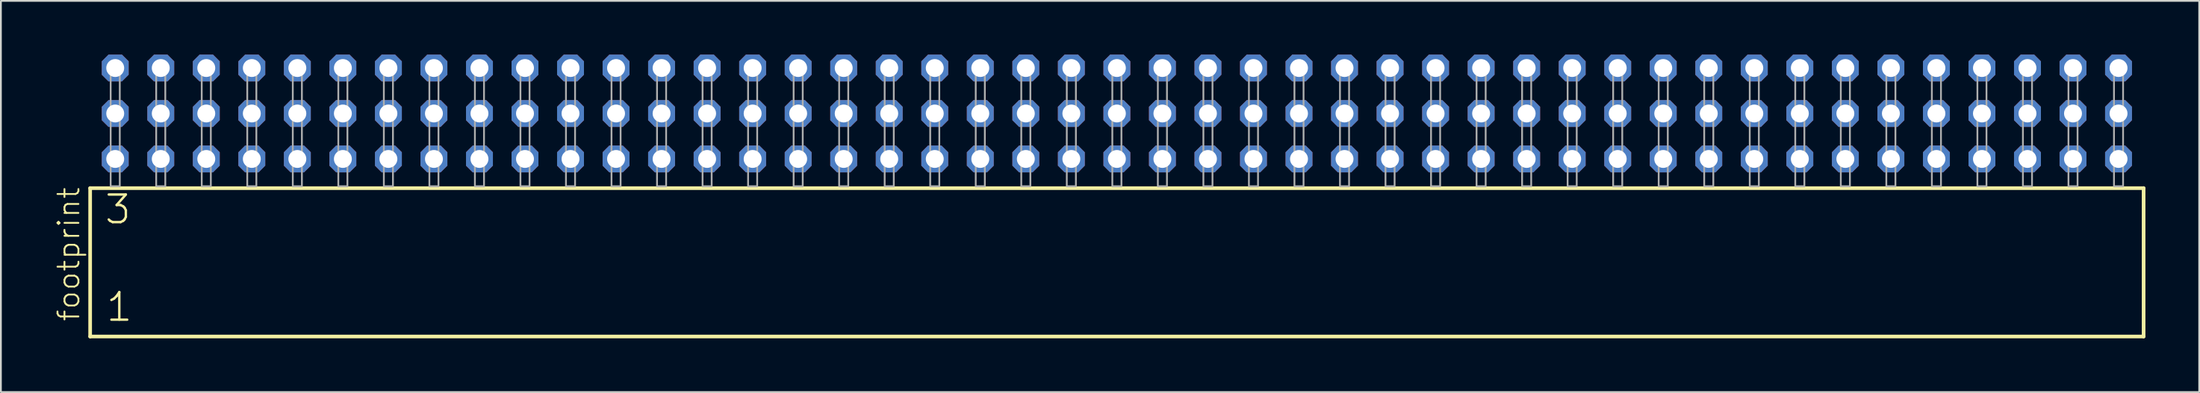
<source format=kicad_pcb>
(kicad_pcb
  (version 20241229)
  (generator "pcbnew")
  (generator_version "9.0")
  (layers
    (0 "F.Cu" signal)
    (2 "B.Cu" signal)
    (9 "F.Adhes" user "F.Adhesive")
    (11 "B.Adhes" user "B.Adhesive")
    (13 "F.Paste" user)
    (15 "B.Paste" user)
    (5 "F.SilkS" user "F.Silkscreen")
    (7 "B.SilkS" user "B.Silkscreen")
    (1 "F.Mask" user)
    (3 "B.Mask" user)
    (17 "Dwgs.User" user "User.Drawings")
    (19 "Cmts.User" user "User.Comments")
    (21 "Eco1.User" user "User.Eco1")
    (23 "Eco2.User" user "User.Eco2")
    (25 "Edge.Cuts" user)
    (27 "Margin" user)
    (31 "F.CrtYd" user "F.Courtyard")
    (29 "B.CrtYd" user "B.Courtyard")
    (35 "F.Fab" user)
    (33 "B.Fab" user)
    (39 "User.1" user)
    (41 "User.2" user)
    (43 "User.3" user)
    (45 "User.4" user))
  (footprint "footprint"
    (layer "F.Cu")
    (at 59.258 7.354)
    (property "Reference" "footprint" (at -57.785 7.62 90) (layer "F.SilkS") (effects (font (size 1.168 1.168) (thickness 0.102)) (justify left bottom)))
    (fp_line (start -57.279 0.106) (end -57.279 8.396) (stroke (width 0.203) (type solid)) (layer "F.SilkS"))
    (fp_line (start -57.279 8.396) (end 57.279 8.396) (stroke (width 0.203) (type solid)) (layer "F.SilkS"))
    (fp_line (start 57.279 0.106) (end -57.279 0.106) (stroke (width 0.203) (type solid)) (layer "F.SilkS"))
    (fp_line (start 57.279 8.396) (end 57.279 0.106) (stroke (width 0.203) (type solid)) (layer "F.SilkS"))
    (fp_poly (pts (xy -56.134 0) (xy -55.626 0) (xy -55.626 -6.858) (xy -56.134 -6.858)) (stroke (width 0.1) (type solid)) (fill no) (layer "F.Fab"))
    (fp_poly (pts (xy -53.594 0) (xy -53.086 0) (xy -53.086 -6.858) (xy -53.594 -6.858)) (stroke (width 0.1) (type solid)) (fill no) (layer "F.Fab"))
    (fp_poly (pts (xy -51.054 0) (xy -50.546 0) (xy -50.546 -6.858) (xy -51.054 -6.858)) (stroke (width 0.1) (type solid)) (fill no) (layer "F.Fab"))
    (fp_poly (pts (xy -48.514 0) (xy -48.006 0) (xy -48.006 -6.858) (xy -48.514 -6.858)) (stroke (width 0.1) (type solid)) (fill no) (layer "F.Fab"))
    (fp_poly (pts (xy -45.974 0) (xy -45.466 0) (xy -45.466 -6.858) (xy -45.974 -6.858)) (stroke (width 0.1) (type solid)) (fill no) (layer "F.Fab"))
    (fp_poly (pts (xy -43.434 0) (xy -42.926 0) (xy -42.926 -6.858) (xy -43.434 -6.858)) (stroke (width 0.1) (type solid)) (fill no) (layer "F.Fab"))
    (fp_poly (pts (xy -40.894 0) (xy -40.386 0) (xy -40.386 -6.858) (xy -40.894 -6.858)) (stroke (width 0.1) (type solid)) (fill no) (layer "F.Fab"))
    (fp_poly (pts (xy -38.354 0) (xy -37.846 0) (xy -37.846 -6.858) (xy -38.354 -6.858)) (stroke (width 0.1) (type solid)) (fill no) (layer "F.Fab"))
    (fp_poly (pts (xy -35.814 0) (xy -35.306 0) (xy -35.306 -6.858) (xy -35.814 -6.858)) (stroke (width 0.1) (type solid)) (fill no) (layer "F.Fab"))
    (fp_poly (pts (xy -33.274 0) (xy -32.766 0) (xy -32.766 -6.858) (xy -33.274 -6.858)) (stroke (width 0.1) (type solid)) (fill no) (layer "F.Fab"))
    (fp_poly (pts (xy -30.734 0) (xy -30.226 0) (xy -30.226 -6.858) (xy -30.734 -6.858)) (stroke (width 0.1) (type solid)) (fill no) (layer "F.Fab"))
    (fp_poly (pts (xy -28.194 0) (xy -27.686 0) (xy -27.686 -6.858) (xy -28.194 -6.858)) (stroke (width 0.1) (type solid)) (fill no) (layer "F.Fab"))
    (fp_poly (pts (xy -25.654 0) (xy -25.146 0) (xy -25.146 -6.858) (xy -25.654 -6.858)) (stroke (width 0.1) (type solid)) (fill no) (layer "F.Fab"))
    (fp_poly (pts (xy -23.114 0) (xy -22.606 0) (xy -22.606 -6.858) (xy -23.114 -6.858)) (stroke (width 0.1) (type solid)) (fill no) (layer "F.Fab"))
    (fp_poly (pts (xy -20.574 0) (xy -20.066 0) (xy -20.066 -6.858) (xy -20.574 -6.858)) (stroke (width 0.1) (type solid)) (fill no) (layer "F.Fab"))
    (fp_poly (pts (xy -18.034 0) (xy -17.526 0) (xy -17.526 -6.858) (xy -18.034 -6.858)) (stroke (width 0.1) (type solid)) (fill no) (layer "F.Fab"))
    (fp_poly (pts (xy -15.494 0) (xy -14.986 0) (xy -14.986 -6.858) (xy -15.494 -6.858)) (stroke (width 0.1) (type solid)) (fill no) (layer "F.Fab"))
    (fp_poly (pts (xy -12.954 0) (xy -12.446 0) (xy -12.446 -6.858) (xy -12.954 -6.858)) (stroke (width 0.1) (type solid)) (fill no) (layer "F.Fab"))
    (fp_poly (pts (xy -10.414 0) (xy -9.906 0) (xy -9.906 -6.858) (xy -10.414 -6.858)) (stroke (width 0.1) (type solid)) (fill no) (layer "F.Fab"))
    (fp_poly (pts (xy -7.874 0) (xy -7.366 0) (xy -7.366 -6.858) (xy -7.874 -6.858)) (stroke (width 0.1) (type solid)) (fill no) (layer "F.Fab"))
    (fp_poly (pts (xy -5.334 0) (xy -4.826 0) (xy -4.826 -6.858) (xy -5.334 -6.858)) (stroke (width 0.1) (type solid)) (fill no) (layer "F.Fab"))
    (fp_poly (pts (xy -2.794 0) (xy -2.286 0) (xy -2.286 -6.858) (xy -2.794 -6.858)) (stroke (width 0.1) (type solid)) (fill no) (layer "F.Fab"))
    (fp_poly (pts (xy -0.254 0) (xy 0.254 0) (xy 0.254 -6.858) (xy -0.254 -6.858)) (stroke (width 0.1) (type solid)) (fill no) (layer "F.Fab"))
    (fp_poly (pts (xy 2.286 0) (xy 2.794 0) (xy 2.794 -6.858) (xy 2.286 -6.858)) (stroke (width 0.1) (type solid)) (fill no) (layer "F.Fab"))
    (fp_poly (pts (xy 4.826 0) (xy 5.334 0) (xy 5.334 -6.858) (xy 4.826 -6.858)) (stroke (width 0.1) (type solid)) (fill no) (layer "F.Fab"))
    (fp_poly (pts (xy 7.366 0) (xy 7.874 0) (xy 7.874 -6.858) (xy 7.366 -6.858)) (stroke (width 0.1) (type solid)) (fill no) (layer "F.Fab"))
    (fp_poly (pts (xy 9.906 0) (xy 10.414 0) (xy 10.414 -6.858) (xy 9.906 -6.858)) (stroke (width 0.1) (type solid)) (fill no) (layer "F.Fab"))
    (fp_poly (pts (xy 12.446 0) (xy 12.954 0) (xy 12.954 -6.858) (xy 12.446 -6.858)) (stroke (width 0.1) (type solid)) (fill no) (layer "F.Fab"))
    (fp_poly (pts (xy 14.986 0) (xy 15.494 0) (xy 15.494 -6.858) (xy 14.986 -6.858)) (stroke (width 0.1) (type solid)) (fill no) (layer "F.Fab"))
    (fp_poly (pts (xy 17.526 0) (xy 18.034 0) (xy 18.034 -6.858) (xy 17.526 -6.858)) (stroke (width 0.1) (type solid)) (fill no) (layer "F.Fab"))
    (fp_poly (pts (xy 20.066 0) (xy 20.574 0) (xy 20.574 -6.858) (xy 20.066 -6.858)) (stroke (width 0.1) (type solid)) (fill no) (layer "F.Fab"))
    (fp_poly (pts (xy 22.606 0) (xy 23.114 0) (xy 23.114 -6.858) (xy 22.606 -6.858)) (stroke (width 0.1) (type solid)) (fill no) (layer "F.Fab"))
    (fp_poly (pts (xy 25.146 0) (xy 25.654 0) (xy 25.654 -6.858) (xy 25.146 -6.858)) (stroke (width 0.1) (type solid)) (fill no) (layer "F.Fab"))
    (fp_poly (pts (xy 27.686 0) (xy 28.194 0) (xy 28.194 -6.858) (xy 27.686 -6.858)) (stroke (width 0.1) (type solid)) (fill no) (layer "F.Fab"))
    (fp_poly (pts (xy 30.226 0) (xy 30.734 0) (xy 30.734 -6.858) (xy 30.226 -6.858)) (stroke (width 0.1) (type solid)) (fill no) (layer "F.Fab"))
    (fp_poly (pts (xy 32.766 0) (xy 33.274 0) (xy 33.274 -6.858) (xy 32.766 -6.858)) (stroke (width 0.1) (type solid)) (fill no) (layer "F.Fab"))
    (fp_poly (pts (xy 35.306 0) (xy 35.814 0) (xy 35.814 -6.858) (xy 35.306 -6.858)) (stroke (width 0.1) (type solid)) (fill no) (layer "F.Fab"))
    (fp_poly (pts (xy 37.846 0) (xy 38.354 0) (xy 38.354 -6.858) (xy 37.846 -6.858)) (stroke (width 0.1) (type solid)) (fill no) (layer "F.Fab"))
    (fp_poly (pts (xy 40.386 0) (xy 40.894 0) (xy 40.894 -6.858) (xy 40.386 -6.858)) (stroke (width 0.1) (type solid)) (fill no) (layer "F.Fab"))
    (fp_poly (pts (xy 42.926 0) (xy 43.434 0) (xy 43.434 -6.858) (xy 42.926 -6.858)) (stroke (width 0.1) (type solid)) (fill no) (layer "F.Fab"))
    (fp_poly (pts (xy 45.466 0) (xy 45.974 0) (xy 45.974 -6.858) (xy 45.466 -6.858)) (stroke (width 0.1) (type solid)) (fill no) (layer "F.Fab"))
    (fp_poly (pts (xy 48.006 0) (xy 48.514 0) (xy 48.514 -6.858) (xy 48.006 -6.858)) (stroke (width 0.1) (type solid)) (fill no) (layer "F.Fab"))
    (fp_poly (pts (xy 50.546 0) (xy 51.054 0) (xy 51.054 -6.858) (xy 50.546 -6.858)) (stroke (width 0.1) (type solid)) (fill no) (layer "F.Fab"))
    (fp_poly (pts (xy 53.086 0) (xy 53.594 0) (xy 53.594 -6.858) (xy 53.086 -6.858)) (stroke (width 0.1) (type solid)) (fill no) (layer "F.Fab"))
    (fp_poly (pts (xy 55.626 0) (xy 56.134 0) (xy 56.134 -6.858) (xy 55.626 -6.858)) (stroke (width 0.1) (type solid)) (fill no) (layer "F.Fab"))
    (fp_text user "1" (at -56.475 7.65 0) (layer "F.SilkS") (effects (font (size 1.542 1.542) (thickness 0.134)) (justify left bottom)))
    (fp_text user "3" (at -56.55 2.2 0) (layer "F.SilkS") (effects (font (size 1.542 1.542) (thickness 0.134)) (justify left bottom)))
    (pad "1" thru_hole roundrect (at -55.88 -1.524) (size 1.5 1.5) (drill 1) (layers "*.Cu" "*.Mask") (roundrect_rratio 0.25) (chamfer_ratio 0.25) (chamfer top_left top_right bottom_left bottom_right))
    (pad "2" thru_hole roundrect (at -55.88 -4.064) (size 1.5 1.5) (drill 1) (layers "*.Cu" "*.Mask") (roundrect_rratio 0.25) (chamfer_ratio 0.25) (chamfer top_left top_right bottom_left bottom_right))
    (pad "3" thru_hole roundrect (at -55.88 -6.604) (size 1.5 1.5) (drill 1) (layers "*.Cu" "*.Mask") (roundrect_rratio 0.25) (chamfer_ratio 0.25) (chamfer top_left top_right bottom_left bottom_right))
    (pad "4" thru_hole roundrect (at -53.34 -1.524) (size 1.5 1.5) (drill 1) (layers "*.Cu" "*.Mask") (roundrect_rratio 0.25) (chamfer_ratio 0.25) (chamfer top_left top_right bottom_left bottom_right))
    (pad "5" thru_hole roundrect (at -53.34 -4.064) (size 1.5 1.5) (drill 1) (layers "*.Cu" "*.Mask") (roundrect_rratio 0.25) (chamfer_ratio 0.25) (chamfer top_left top_right bottom_left bottom_right))
    (pad "6" thru_hole roundrect (at -53.34 -6.604) (size 1.5 1.5) (drill 1) (layers "*.Cu" "*.Mask") (roundrect_rratio 0.25) (chamfer_ratio 0.25) (chamfer top_left top_right bottom_left bottom_right))
    (pad "7" thru_hole roundrect (at -50.8 -1.524) (size 1.5 1.5) (drill 1) (layers "*.Cu" "*.Mask") (roundrect_rratio 0.25) (chamfer_ratio 0.25) (chamfer top_left top_right bottom_left bottom_right))
    (pad "8" thru_hole roundrect (at -50.8 -4.064) (size 1.5 1.5) (drill 1) (layers "*.Cu" "*.Mask") (roundrect_rratio 0.25) (chamfer_ratio 0.25) (chamfer top_left top_right bottom_left bottom_right))
    (pad "9" thru_hole roundrect (at -50.8 -6.604) (size 1.5 1.5) (drill 1) (layers "*.Cu" "*.Mask") (roundrect_rratio 0.25) (chamfer_ratio 0.25) (chamfer top_left top_right bottom_left bottom_right))
    (pad "10" thru_hole roundrect (at -48.26 -1.524) (size 1.5 1.5) (drill 1) (layers "*.Cu" "*.Mask") (roundrect_rratio 0.25) (chamfer_ratio 0.25) (chamfer top_left top_right bottom_left bottom_right))
    (pad "11" thru_hole roundrect (at -48.26 -4.064) (size 1.5 1.5) (drill 1) (layers "*.Cu" "*.Mask") (roundrect_rratio 0.25) (chamfer_ratio 0.25) (chamfer top_left top_right bottom_left bottom_right))
    (pad "12" thru_hole roundrect (at -48.26 -6.604) (size 1.5 1.5) (drill 1) (layers "*.Cu" "*.Mask") (roundrect_rratio 0.25) (chamfer_ratio 0.25) (chamfer top_left top_right bottom_left bottom_right))
    (pad "13" thru_hole roundrect (at -45.72 -1.524) (size 1.5 1.5) (drill 1) (layers "*.Cu" "*.Mask") (roundrect_rratio 0.25) (chamfer_ratio 0.25) (chamfer top_left top_right bottom_left bottom_right))
    (pad "14" thru_hole roundrect (at -45.72 -4.064) (size 1.5 1.5) (drill 1) (layers "*.Cu" "*.Mask") (roundrect_rratio 0.25) (chamfer_ratio 0.25) (chamfer top_left top_right bottom_left bottom_right))
    (pad "15" thru_hole roundrect (at -45.72 -6.604) (size 1.5 1.5) (drill 1) (layers "*.Cu" "*.Mask") (roundrect_rratio 0.25) (chamfer_ratio 0.25) (chamfer top_left top_right bottom_left bottom_right))
    (pad "16" thru_hole roundrect (at -43.18 -1.524) (size 1.5 1.5) (drill 1) (layers "*.Cu" "*.Mask") (roundrect_rratio 0.25) (chamfer_ratio 0.25) (chamfer top_left top_right bottom_left bottom_right))
    (pad "17" thru_hole roundrect (at -43.18 -4.064) (size 1.5 1.5) (drill 1) (layers "*.Cu" "*.Mask") (roundrect_rratio 0.25) (chamfer_ratio 0.25) (chamfer top_left top_right bottom_left bottom_right))
    (pad "18" thru_hole roundrect (at -43.18 -6.604) (size 1.5 1.5) (drill 1) (layers "*.Cu" "*.Mask") (roundrect_rratio 0.25) (chamfer_ratio 0.25) (chamfer top_left top_right bottom_left bottom_right))
    (pad "19" thru_hole roundrect (at -40.64 -1.524) (size 1.5 1.5) (drill 1) (layers "*.Cu" "*.Mask") (roundrect_rratio 0.25) (chamfer_ratio 0.25) (chamfer top_left top_right bottom_left bottom_right))
    (pad "20" thru_hole roundrect (at -40.64 -4.064) (size 1.5 1.5) (drill 1) (layers "*.Cu" "*.Mask") (roundrect_rratio 0.25) (chamfer_ratio 0.25) (chamfer top_left top_right bottom_left bottom_right))
    (pad "21" thru_hole roundrect (at -40.64 -6.604) (size 1.5 1.5) (drill 1) (layers "*.Cu" "*.Mask") (roundrect_rratio 0.25) (chamfer_ratio 0.25) (chamfer top_left top_right bottom_left bottom_right))
    (pad "22" thru_hole roundrect (at -38.1 -1.524) (size 1.5 1.5) (drill 1) (layers "*.Cu" "*.Mask") (roundrect_rratio 0.25) (chamfer_ratio 0.25) (chamfer top_left top_right bottom_left bottom_right))
    (pad "23" thru_hole roundrect (at -38.1 -4.064) (size 1.5 1.5) (drill 1) (layers "*.Cu" "*.Mask") (roundrect_rratio 0.25) (chamfer_ratio 0.25) (chamfer top_left top_right bottom_left bottom_right))
    (pad "24" thru_hole roundrect (at -38.1 -6.604) (size 1.5 1.5) (drill 1) (layers "*.Cu" "*.Mask") (roundrect_rratio 0.25) (chamfer_ratio 0.25) (chamfer top_left top_right bottom_left bottom_right))
    (pad "25" thru_hole roundrect (at -35.56 -1.524) (size 1.5 1.5) (drill 1) (layers "*.Cu" "*.Mask") (roundrect_rratio 0.25) (chamfer_ratio 0.25) (chamfer top_left top_right bottom_left bottom_right))
    (pad "26" thru_hole roundrect (at -35.56 -4.064) (size 1.5 1.5) (drill 1) (layers "*.Cu" "*.Mask") (roundrect_rratio 0.25) (chamfer_ratio 0.25) (chamfer top_left top_right bottom_left bottom_right))
    (pad "27" thru_hole roundrect (at -35.56 -6.604) (size 1.5 1.5) (drill 1) (layers "*.Cu" "*.Mask") (roundrect_rratio 0.25) (chamfer_ratio 0.25) (chamfer top_left top_right bottom_left bottom_right))
    (pad "28" thru_hole roundrect (at -33.02 -1.524) (size 1.5 1.5) (drill 1) (layers "*.Cu" "*.Mask") (roundrect_rratio 0.25) (chamfer_ratio 0.25) (chamfer top_left top_right bottom_left bottom_right))
    (pad "29" thru_hole roundrect (at -33.02 -4.064) (size 1.5 1.5) (drill 1) (layers "*.Cu" "*.Mask") (roundrect_rratio 0.25) (chamfer_ratio 0.25) (chamfer top_left top_right bottom_left bottom_right))
    (pad "30" thru_hole roundrect (at -33.02 -6.604) (size 1.5 1.5) (drill 1) (layers "*.Cu" "*.Mask") (roundrect_rratio 0.25) (chamfer_ratio 0.25) (chamfer top_left top_right bottom_left bottom_right))
    (pad "31" thru_hole roundrect (at -30.48 -1.524) (size 1.5 1.5) (drill 1) (layers "*.Cu" "*.Mask") (roundrect_rratio 0.25) (chamfer_ratio 0.25) (chamfer top_left top_right bottom_left bottom_right))
    (pad "32" thru_hole roundrect (at -30.48 -4.064) (size 1.5 1.5) (drill 1) (layers "*.Cu" "*.Mask") (roundrect_rratio 0.25) (chamfer_ratio 0.25) (chamfer top_left top_right bottom_left bottom_right))
    (pad "33" thru_hole roundrect (at -30.48 -6.604) (size 1.5 1.5) (drill 1) (layers "*.Cu" "*.Mask") (roundrect_rratio 0.25) (chamfer_ratio 0.25) (chamfer top_left top_right bottom_left bottom_right))
    (pad "34" thru_hole roundrect (at -27.94 -1.524) (size 1.5 1.5) (drill 1) (layers "*.Cu" "*.Mask") (roundrect_rratio 0.25) (chamfer_ratio 0.25) (chamfer top_left top_right bottom_left bottom_right))
    (pad "35" thru_hole roundrect (at -27.94 -4.064) (size 1.5 1.5) (drill 1) (layers "*.Cu" "*.Mask") (roundrect_rratio 0.25) (chamfer_ratio 0.25) (chamfer top_left top_right bottom_left bottom_right))
    (pad "36" thru_hole roundrect (at -27.94 -6.604) (size 1.5 1.5) (drill 1) (layers "*.Cu" "*.Mask") (roundrect_rratio 0.25) (chamfer_ratio 0.25) (chamfer top_left top_right bottom_left bottom_right))
    (pad "37" thru_hole roundrect (at -25.4 -1.524) (size 1.5 1.5) (drill 1) (layers "*.Cu" "*.Mask") (roundrect_rratio 0.25) (chamfer_ratio 0.25) (chamfer top_left top_right bottom_left bottom_right))
    (pad "38" thru_hole roundrect (at -25.4 -4.064) (size 1.5 1.5) (drill 1) (layers "*.Cu" "*.Mask") (roundrect_rratio 0.25) (chamfer_ratio 0.25) (chamfer top_left top_right bottom_left bottom_right))
    (pad "39" thru_hole roundrect (at -25.4 -6.604) (size 1.5 1.5) (drill 1) (layers "*.Cu" "*.Mask") (roundrect_rratio 0.25) (chamfer_ratio 0.25) (chamfer top_left top_right bottom_left bottom_right))
    (pad "40" thru_hole roundrect (at -22.86 -1.524) (size 1.5 1.5) (drill 1) (layers "*.Cu" "*.Mask") (roundrect_rratio 0.25) (chamfer_ratio 0.25) (chamfer top_left top_right bottom_left bottom_right))
    (pad "41" thru_hole roundrect (at -22.86 -4.064) (size 1.5 1.5) (drill 1) (layers "*.Cu" "*.Mask") (roundrect_rratio 0.25) (chamfer_ratio 0.25) (chamfer top_left top_right bottom_left bottom_right))
    (pad "42" thru_hole roundrect (at -22.86 -6.604) (size 1.5 1.5) (drill 1) (layers "*.Cu" "*.Mask") (roundrect_rratio 0.25) (chamfer_ratio 0.25) (chamfer top_left top_right bottom_left bottom_right))
    (pad "43" thru_hole roundrect (at -20.32 -1.524) (size 1.5 1.5) (drill 1) (layers "*.Cu" "*.Mask") (roundrect_rratio 0.25) (chamfer_ratio 0.25) (chamfer top_left top_right bottom_left bottom_right))
    (pad "44" thru_hole roundrect (at -20.32 -4.064) (size 1.5 1.5) (drill 1) (layers "*.Cu" "*.Mask") (roundrect_rratio 0.25) (chamfer_ratio 0.25) (chamfer top_left top_right bottom_left bottom_right))
    (pad "45" thru_hole roundrect (at -20.32 -6.604) (size 1.5 1.5) (drill 1) (layers "*.Cu" "*.Mask") (roundrect_rratio 0.25) (chamfer_ratio 0.25) (chamfer top_left top_right bottom_left bottom_right))
    (pad "46" thru_hole roundrect (at -17.78 -1.524) (size 1.5 1.5) (drill 1) (layers "*.Cu" "*.Mask") (roundrect_rratio 0.25) (chamfer_ratio 0.25) (chamfer top_left top_right bottom_left bottom_right))
    (pad "47" thru_hole roundrect (at -17.78 -4.064) (size 1.5 1.5) (drill 1) (layers "*.Cu" "*.Mask") (roundrect_rratio 0.25) (chamfer_ratio 0.25) (chamfer top_left top_right bottom_left bottom_right))
    (pad "48" thru_hole roundrect (at -17.78 -6.604) (size 1.5 1.5) (drill 1) (layers "*.Cu" "*.Mask") (roundrect_rratio 0.25) (chamfer_ratio 0.25) (chamfer top_left top_right bottom_left bottom_right))
    (pad "49" thru_hole roundrect (at -15.24 -1.524) (size 1.5 1.5) (drill 1) (layers "*.Cu" "*.Mask") (roundrect_rratio 0.25) (chamfer_ratio 0.25) (chamfer top_left top_right bottom_left bottom_right))
    (pad "50" thru_hole roundrect (at -15.24 -4.064) (size 1.5 1.5) (drill 1) (layers "*.Cu" "*.Mask") (roundrect_rratio 0.25) (chamfer_ratio 0.25) (chamfer top_left top_right bottom_left bottom_right))
    (pad "51" thru_hole roundrect (at -15.24 -6.604) (size 1.5 1.5) (drill 1) (layers "*.Cu" "*.Mask") (roundrect_rratio 0.25) (chamfer_ratio 0.25) (chamfer top_left top_right bottom_left bottom_right))
    (pad "52" thru_hole roundrect (at -12.7 -1.524) (size 1.5 1.5) (drill 1) (layers "*.Cu" "*.Mask") (roundrect_rratio 0.25) (chamfer_ratio 0.25) (chamfer top_left top_right bottom_left bottom_right))
    (pad "53" thru_hole roundrect (at -12.7 -4.064) (size 1.5 1.5) (drill 1) (layers "*.Cu" "*.Mask") (roundrect_rratio 0.25) (chamfer_ratio 0.25) (chamfer top_left top_right bottom_left bottom_right))
    (pad "54" thru_hole roundrect (at -12.7 -6.604) (size 1.5 1.5) (drill 1) (layers "*.Cu" "*.Mask") (roundrect_rratio 0.25) (chamfer_ratio 0.25) (chamfer top_left top_right bottom_left bottom_right))
    (pad "55" thru_hole roundrect (at -10.16 -1.524) (size 1.5 1.5) (drill 1) (layers "*.Cu" "*.Mask") (roundrect_rratio 0.25) (chamfer_ratio 0.25) (chamfer top_left top_right bottom_left bottom_right))
    (pad "56" thru_hole roundrect (at -10.16 -4.064) (size 1.5 1.5) (drill 1) (layers "*.Cu" "*.Mask") (roundrect_rratio 0.25) (chamfer_ratio 0.25) (chamfer top_left top_right bottom_left bottom_right))
    (pad "57" thru_hole roundrect (at -10.16 -6.604) (size 1.5 1.5) (drill 1) (layers "*.Cu" "*.Mask") (roundrect_rratio 0.25) (chamfer_ratio 0.25) (chamfer top_left top_right bottom_left bottom_right))
    (pad "58" thru_hole roundrect (at -7.62 -1.524) (size 1.5 1.5) (drill 1) (layers "*.Cu" "*.Mask") (roundrect_rratio 0.25) (chamfer_ratio 0.25) (chamfer top_left top_right bottom_left bottom_right))
    (pad "59" thru_hole roundrect (at -7.62 -4.064) (size 1.5 1.5) (drill 1) (layers "*.Cu" "*.Mask") (roundrect_rratio 0.25) (chamfer_ratio 0.25) (chamfer top_left top_right bottom_left bottom_right))
    (pad "60" thru_hole roundrect (at -7.62 -6.604) (size 1.5 1.5) (drill 1) (layers "*.Cu" "*.Mask") (roundrect_rratio 0.25) (chamfer_ratio 0.25) (chamfer top_left top_right bottom_left bottom_right))
    (pad "61" thru_hole roundrect (at -5.08 -1.524) (size 1.5 1.5) (drill 1) (layers "*.Cu" "*.Mask") (roundrect_rratio 0.25) (chamfer_ratio 0.25) (chamfer top_left top_right bottom_left bottom_right))
    (pad "62" thru_hole roundrect (at -5.08 -4.064) (size 1.5 1.5) (drill 1) (layers "*.Cu" "*.Mask") (roundrect_rratio 0.25) (chamfer_ratio 0.25) (chamfer top_left top_right bottom_left bottom_right))
    (pad "63" thru_hole roundrect (at -5.08 -6.604) (size 1.5 1.5) (drill 1) (layers "*.Cu" "*.Mask") (roundrect_rratio 0.25) (chamfer_ratio 0.25) (chamfer top_left top_right bottom_left bottom_right))
    (pad "64" thru_hole roundrect (at -2.54 -1.524) (size 1.5 1.5) (drill 1) (layers "*.Cu" "*.Mask") (roundrect_rratio 0.25) (chamfer_ratio 0.25) (chamfer top_left top_right bottom_left bottom_right))
    (pad "65" thru_hole roundrect (at -2.54 -4.064) (size 1.5 1.5) (drill 1) (layers "*.Cu" "*.Mask") (roundrect_rratio 0.25) (chamfer_ratio 0.25) (chamfer top_left top_right bottom_left bottom_right))
    (pad "66" thru_hole roundrect (at -2.54 -6.604) (size 1.5 1.5) (drill 1) (layers "*.Cu" "*.Mask") (roundrect_rratio 0.25) (chamfer_ratio 0.25) (chamfer top_left top_right bottom_left bottom_right))
    (pad "67" thru_hole roundrect (at 0 -1.524) (size 1.5 1.5) (drill 1) (layers "*.Cu" "*.Mask") (roundrect_rratio 0.25) (chamfer_ratio 0.25) (chamfer top_left top_right bottom_left bottom_right))
    (pad "68" thru_hole roundrect (at 0 -4.064) (size 1.5 1.5) (drill 1) (layers "*.Cu" "*.Mask") (roundrect_rratio 0.25) (chamfer_ratio 0.25) (chamfer top_left top_right bottom_left bottom_right))
    (pad "69" thru_hole roundrect (at 0 -6.604) (size 1.5 1.5) (drill 1) (layers "*.Cu" "*.Mask") (roundrect_rratio 0.25) (chamfer_ratio 0.25) (chamfer top_left top_right bottom_left bottom_right))
    (pad "70" thru_hole roundrect (at 2.54 -1.524) (size 1.5 1.5) (drill 1) (layers "*.Cu" "*.Mask") (roundrect_rratio 0.25) (chamfer_ratio 0.25) (chamfer top_left top_right bottom_left bottom_right))
    (pad "71" thru_hole roundrect (at 2.54 -4.064) (size 1.5 1.5) (drill 1) (layers "*.Cu" "*.Mask") (roundrect_rratio 0.25) (chamfer_ratio 0.25) (chamfer top_left top_right bottom_left bottom_right))
    (pad "72" thru_hole roundrect (at 2.54 -6.604) (size 1.5 1.5) (drill 1) (layers "*.Cu" "*.Mask") (roundrect_rratio 0.25) (chamfer_ratio 0.25) (chamfer top_left top_right bottom_left bottom_right))
    (pad "73" thru_hole roundrect (at 5.08 -1.524) (size 1.5 1.5) (drill 1) (layers "*.Cu" "*.Mask") (roundrect_rratio 0.25) (chamfer_ratio 0.25) (chamfer top_left top_right bottom_left bottom_right))
    (pad "74" thru_hole roundrect (at 5.08 -4.064) (size 1.5 1.5) (drill 1) (layers "*.Cu" "*.Mask") (roundrect_rratio 0.25) (chamfer_ratio 0.25) (chamfer top_left top_right bottom_left bottom_right))
    (pad "75" thru_hole roundrect (at 5.08 -6.604) (size 1.5 1.5) (drill 1) (layers "*.Cu" "*.Mask") (roundrect_rratio 0.25) (chamfer_ratio 0.25) (chamfer top_left top_right bottom_left bottom_right))
    (pad "76" thru_hole roundrect (at 7.62 -1.524) (size 1.5 1.5) (drill 1) (layers "*.Cu" "*.Mask") (roundrect_rratio 0.25) (chamfer_ratio 0.25) (chamfer top_left top_right bottom_left bottom_right))
    (pad "77" thru_hole roundrect (at 7.62 -4.064) (size 1.5 1.5) (drill 1) (layers "*.Cu" "*.Mask") (roundrect_rratio 0.25) (chamfer_ratio 0.25) (chamfer top_left top_right bottom_left bottom_right))
    (pad "78" thru_hole roundrect (at 7.62 -6.604) (size 1.5 1.5) (drill 1) (layers "*.Cu" "*.Mask") (roundrect_rratio 0.25) (chamfer_ratio 0.25) (chamfer top_left top_right bottom_left bottom_right))
    (pad "79" thru_hole roundrect (at 10.16 -1.524) (size 1.5 1.5) (drill 1) (layers "*.Cu" "*.Mask") (roundrect_rratio 0.25) (chamfer_ratio 0.25) (chamfer top_left top_right bottom_left bottom_right))
    (pad "80" thru_hole roundrect (at 10.16 -4.064) (size 1.5 1.5) (drill 1) (layers "*.Cu" "*.Mask") (roundrect_rratio 0.25) (chamfer_ratio 0.25) (chamfer top_left top_right bottom_left bottom_right))
    (pad "81" thru_hole roundrect (at 10.16 -6.604) (size 1.5 1.5) (drill 1) (layers "*.Cu" "*.Mask") (roundrect_rratio 0.25) (chamfer_ratio 0.25) (chamfer top_left top_right bottom_left bottom_right))
    (pad "82" thru_hole roundrect (at 12.7 -1.524) (size 1.5 1.5) (drill 1) (layers "*.Cu" "*.Mask") (roundrect_rratio 0.25) (chamfer_ratio 0.25) (chamfer top_left top_right bottom_left bottom_right))
    (pad "83" thru_hole roundrect (at 12.7 -4.064) (size 1.5 1.5) (drill 1) (layers "*.Cu" "*.Mask") (roundrect_rratio 0.25) (chamfer_ratio 0.25) (chamfer top_left top_right bottom_left bottom_right))
    (pad "84" thru_hole roundrect (at 12.7 -6.604) (size 1.5 1.5) (drill 1) (layers "*.Cu" "*.Mask") (roundrect_rratio 0.25) (chamfer_ratio 0.25) (chamfer top_left top_right bottom_left bottom_right))
    (pad "85" thru_hole roundrect (at 15.24 -1.524) (size 1.5 1.5) (drill 1) (layers "*.Cu" "*.Mask") (roundrect_rratio 0.25) (chamfer_ratio 0.25) (chamfer top_left top_right bottom_left bottom_right))
    (pad "86" thru_hole roundrect (at 15.24 -4.064) (size 1.5 1.5) (drill 1) (layers "*.Cu" "*.Mask") (roundrect_rratio 0.25) (chamfer_ratio 0.25) (chamfer top_left top_right bottom_left bottom_right))
    (pad "87" thru_hole roundrect (at 15.24 -6.604) (size 1.5 1.5) (drill 1) (layers "*.Cu" "*.Mask") (roundrect_rratio 0.25) (chamfer_ratio 0.25) (chamfer top_left top_right bottom_left bottom_right))
    (pad "88" thru_hole roundrect (at 17.78 -1.524) (size 1.5 1.5) (drill 1) (layers "*.Cu" "*.Mask") (roundrect_rratio 0.25) (chamfer_ratio 0.25) (chamfer top_left top_right bottom_left bottom_right))
    (pad "89" thru_hole roundrect (at 17.78 -4.064) (size 1.5 1.5) (drill 1) (layers "*.Cu" "*.Mask") (roundrect_rratio 0.25) (chamfer_ratio 0.25) (chamfer top_left top_right bottom_left bottom_right))
    (pad "90" thru_hole roundrect (at 17.78 -6.604) (size 1.5 1.5) (drill 1) (layers "*.Cu" "*.Mask") (roundrect_rratio 0.25) (chamfer_ratio 0.25) (chamfer top_left top_right bottom_left bottom_right))
    (pad "91" thru_hole roundrect (at 20.32 -1.524) (size 1.5 1.5) (drill 1) (layers "*.Cu" "*.Mask") (roundrect_rratio 0.25) (chamfer_ratio 0.25) (chamfer top_left top_right bottom_left bottom_right))
    (pad "92" thru_hole roundrect (at 20.32 -4.064) (size 1.5 1.5) (drill 1) (layers "*.Cu" "*.Mask") (roundrect_rratio 0.25) (chamfer_ratio 0.25) (chamfer top_left top_right bottom_left bottom_right))
    (pad "93" thru_hole roundrect (at 20.32 -6.604) (size 1.5 1.5) (drill 1) (layers "*.Cu" "*.Mask") (roundrect_rratio 0.25) (chamfer_ratio 0.25) (chamfer top_left top_right bottom_left bottom_right))
    (pad "94" thru_hole roundrect (at 22.86 -1.524) (size 1.5 1.5) (drill 1) (layers "*.Cu" "*.Mask") (roundrect_rratio 0.25) (chamfer_ratio 0.25) (chamfer top_left top_right bottom_left bottom_right))
    (pad "95" thru_hole roundrect (at 22.86 -4.064) (size 1.5 1.5) (drill 1) (layers "*.Cu" "*.Mask") (roundrect_rratio 0.25) (chamfer_ratio 0.25) (chamfer top_left top_right bottom_left bottom_right))
    (pad "96" thru_hole roundrect (at 22.86 -6.604) (size 1.5 1.5) (drill 1) (layers "*.Cu" "*.Mask") (roundrect_rratio 0.25) (chamfer_ratio 0.25) (chamfer top_left top_right bottom_left bottom_right))
    (pad "97" thru_hole roundrect (at 25.4 -1.524) (size 1.5 1.5) (drill 1) (layers "*.Cu" "*.Mask") (roundrect_rratio 0.25) (chamfer_ratio 0.25) (chamfer top_left top_right bottom_left bottom_right))
    (pad "98" thru_hole roundrect (at 25.4 -4.064) (size 1.5 1.5) (drill 1) (layers "*.Cu" "*.Mask") (roundrect_rratio 0.25) (chamfer_ratio 0.25) (chamfer top_left top_right bottom_left bottom_right))
    (pad "99" thru_hole roundrect (at 25.4 -6.604) (size 1.5 1.5) (drill 1) (layers "*.Cu" "*.Mask") (roundrect_rratio 0.25) (chamfer_ratio 0.25) (chamfer top_left top_right bottom_left bottom_right))
    (pad "100" thru_hole roundrect (at 27.94 -1.524) (size 1.5 1.5) (drill 1) (layers "*.Cu" "*.Mask") (roundrect_rratio 0.25) (chamfer_ratio 0.25) (chamfer top_left top_right bottom_left bottom_right))
    (pad "101" thru_hole roundrect (at 27.94 -4.064) (size 1.5 1.5) (drill 1) (layers "*.Cu" "*.Mask") (roundrect_rratio 0.25) (chamfer_ratio 0.25) (chamfer top_left top_right bottom_left bottom_right))
    (pad "102" thru_hole roundrect (at 27.94 -6.604) (size 1.5 1.5) (drill 1) (layers "*.Cu" "*.Mask") (roundrect_rratio 0.25) (chamfer_ratio 0.25) (chamfer top_left top_right bottom_left bottom_right))
    (pad "103" thru_hole roundrect (at 30.48 -1.524) (size 1.5 1.5) (drill 1) (layers "*.Cu" "*.Mask") (roundrect_rratio 0.25) (chamfer_ratio 0.25) (chamfer top_left top_right bottom_left bottom_right))
    (pad "104" thru_hole roundrect (at 30.48 -4.064) (size 1.5 1.5) (drill 1) (layers "*.Cu" "*.Mask") (roundrect_rratio 0.25) (chamfer_ratio 0.25) (chamfer top_left top_right bottom_left bottom_right))
    (pad "105" thru_hole roundrect (at 30.48 -6.604) (size 1.5 1.5) (drill 1) (layers "*.Cu" "*.Mask") (roundrect_rratio 0.25) (chamfer_ratio 0.25) (chamfer top_left top_right bottom_left bottom_right))
    (pad "106" thru_hole roundrect (at 33.02 -1.524) (size 1.5 1.5) (drill 1) (layers "*.Cu" "*.Mask") (roundrect_rratio 0.25) (chamfer_ratio 0.25) (chamfer top_left top_right bottom_left bottom_right))
    (pad "107" thru_hole roundrect (at 33.02 -4.064) (size 1.5 1.5) (drill 1) (layers "*.Cu" "*.Mask") (roundrect_rratio 0.25) (chamfer_ratio 0.25) (chamfer top_left top_right bottom_left bottom_right))
    (pad "108" thru_hole roundrect (at 33.02 -6.604) (size 1.5 1.5) (drill 1) (layers "*.Cu" "*.Mask") (roundrect_rratio 0.25) (chamfer_ratio 0.25) (chamfer top_left top_right bottom_left bottom_right))
    (pad "109" thru_hole roundrect (at 35.56 -1.524) (size 1.5 1.5) (drill 1) (layers "*.Cu" "*.Mask") (roundrect_rratio 0.25) (chamfer_ratio 0.25) (chamfer top_left top_right bottom_left bottom_right))
    (pad "110" thru_hole roundrect (at 35.56 -4.064) (size 1.5 1.5) (drill 1) (layers "*.Cu" "*.Mask") (roundrect_rratio 0.25) (chamfer_ratio 0.25) (chamfer top_left top_right bottom_left bottom_right))
    (pad "111" thru_hole roundrect (at 35.56 -6.604) (size 1.5 1.5) (drill 1) (layers "*.Cu" "*.Mask") (roundrect_rratio 0.25) (chamfer_ratio 0.25) (chamfer top_left top_right bottom_left bottom_right))
    (pad "112" thru_hole roundrect (at 38.1 -1.524) (size 1.5 1.5) (drill 1) (layers "*.Cu" "*.Mask") (roundrect_rratio 0.25) (chamfer_ratio 0.25) (chamfer top_left top_right bottom_left bottom_right))
    (pad "113" thru_hole roundrect (at 38.1 -4.064) (size 1.5 1.5) (drill 1) (layers "*.Cu" "*.Mask") (roundrect_rratio 0.25) (chamfer_ratio 0.25) (chamfer top_left top_right bottom_left bottom_right))
    (pad "114" thru_hole roundrect (at 38.1 -6.604) (size 1.5 1.5) (drill 1) (layers "*.Cu" "*.Mask") (roundrect_rratio 0.25) (chamfer_ratio 0.25) (chamfer top_left top_right bottom_left bottom_right))
    (pad "115" thru_hole roundrect (at 40.64 -1.524) (size 1.5 1.5) (drill 1) (layers "*.Cu" "*.Mask") (roundrect_rratio 0.25) (chamfer_ratio 0.25) (chamfer top_left top_right bottom_left bottom_right))
    (pad "116" thru_hole roundrect (at 40.64 -4.064) (size 1.5 1.5) (drill 1) (layers "*.Cu" "*.Mask") (roundrect_rratio 0.25) (chamfer_ratio 0.25) (chamfer top_left top_right bottom_left bottom_right))
    (pad "117" thru_hole roundrect (at 40.64 -6.604) (size 1.5 1.5) (drill 1) (layers "*.Cu" "*.Mask") (roundrect_rratio 0.25) (chamfer_ratio 0.25) (chamfer top_left top_right bottom_left bottom_right))
    (pad "118" thru_hole roundrect (at 43.18 -1.524) (size 1.5 1.5) (drill 1) (layers "*.Cu" "*.Mask") (roundrect_rratio 0.25) (chamfer_ratio 0.25) (chamfer top_left top_right bottom_left bottom_right))
    (pad "119" thru_hole roundrect (at 43.18 -4.064) (size 1.5 1.5) (drill 1) (layers "*.Cu" "*.Mask") (roundrect_rratio 0.25) (chamfer_ratio 0.25) (chamfer top_left top_right bottom_left bottom_right))
    (pad "120" thru_hole roundrect (at 43.18 -6.604) (size 1.5 1.5) (drill 1) (layers "*.Cu" "*.Mask") (roundrect_rratio 0.25) (chamfer_ratio 0.25) (chamfer top_left top_right bottom_left bottom_right))
    (pad "121" thru_hole roundrect (at 45.72 -1.524) (size 1.5 1.5) (drill 1) (layers "*.Cu" "*.Mask") (roundrect_rratio 0.25) (chamfer_ratio 0.25) (chamfer top_left top_right bottom_left bottom_right))
    (pad "122" thru_hole roundrect (at 45.72 -4.064) (size 1.5 1.5) (drill 1) (layers "*.Cu" "*.Mask") (roundrect_rratio 0.25) (chamfer_ratio 0.25) (chamfer top_left top_right bottom_left bottom_right))
    (pad "123" thru_hole roundrect (at 45.72 -6.604) (size 1.5 1.5) (drill 1) (layers "*.Cu" "*.Mask") (roundrect_rratio 0.25) (chamfer_ratio 0.25) (chamfer top_left top_right bottom_left bottom_right))
    (pad "124" thru_hole roundrect (at 48.26 -1.524) (size 1.5 1.5) (drill 1) (layers "*.Cu" "*.Mask") (roundrect_rratio 0.25) (chamfer_ratio 0.25) (chamfer top_left top_right bottom_left bottom_right))
    (pad "125" thru_hole roundrect (at 48.26 -4.064) (size 1.5 1.5) (drill 1) (layers "*.Cu" "*.Mask") (roundrect_rratio 0.25) (chamfer_ratio 0.25) (chamfer top_left top_right bottom_left bottom_right))
    (pad "126" thru_hole roundrect (at 48.26 -6.604) (size 1.5 1.5) (drill 1) (layers "*.Cu" "*.Mask") (roundrect_rratio 0.25) (chamfer_ratio 0.25) (chamfer top_left top_right bottom_left bottom_right))
    (pad "127" thru_hole roundrect (at 50.8 -1.524) (size 1.5 1.5) (drill 1) (layers "*.Cu" "*.Mask") (roundrect_rratio 0.25) (chamfer_ratio 0.25) (chamfer top_left top_right bottom_left bottom_right))
    (pad "128" thru_hole roundrect (at 50.8 -4.064) (size 1.5 1.5) (drill 1) (layers "*.Cu" "*.Mask") (roundrect_rratio 0.25) (chamfer_ratio 0.25) (chamfer top_left top_right bottom_left bottom_right))
    (pad "129" thru_hole roundrect (at 50.8 -6.604) (size 1.5 1.5) (drill 1) (layers "*.Cu" "*.Mask") (roundrect_rratio 0.25) (chamfer_ratio 0.25) (chamfer top_left top_right bottom_left bottom_right))
    (pad "130" thru_hole roundrect (at 53.34 -1.524) (size 1.5 1.5) (drill 1) (layers "*.Cu" "*.Mask") (roundrect_rratio 0.25) (chamfer_ratio 0.25) (chamfer top_left top_right bottom_left bottom_right))
    (pad "131" thru_hole roundrect (at 53.34 -4.064) (size 1.5 1.5) (drill 1) (layers "*.Cu" "*.Mask") (roundrect_rratio 0.25) (chamfer_ratio 0.25) (chamfer top_left top_right bottom_left bottom_right))
    (pad "132" thru_hole roundrect (at 53.34 -6.604) (size 1.5 1.5) (drill 1) (layers "*.Cu" "*.Mask") (roundrect_rratio 0.25) (chamfer_ratio 0.25) (chamfer top_left top_right bottom_left bottom_right))
    (pad "133" thru_hole roundrect (at 55.88 -1.524) (size 1.5 1.5) (drill 1) (layers "*.Cu" "*.Mask") (roundrect_rratio 0.25) (chamfer_ratio 0.25) (chamfer top_left top_right bottom_left bottom_right))
    (pad "134" thru_hole roundrect (at 55.88 -4.064) (size 1.5 1.5) (drill 1) (layers "*.Cu" "*.Mask") (roundrect_rratio 0.25) (chamfer_ratio 0.25) (chamfer top_left top_right bottom_left bottom_right))
    (pad "135" thru_hole roundrect (at 55.88 -6.604) (size 1.5 1.5) (drill 1) (layers "*.Cu" "*.Mask") (roundrect_rratio 0.25) (chamfer_ratio 0.25) (chamfer top_left top_right bottom_left bottom_right)))
  (gr_rect
    (start -3 -3)
    (end 119.639 18.852)
    (stroke (width 0.1) (type default))
    (fill no)
    (layer "Edge.Cuts")))
</source>
